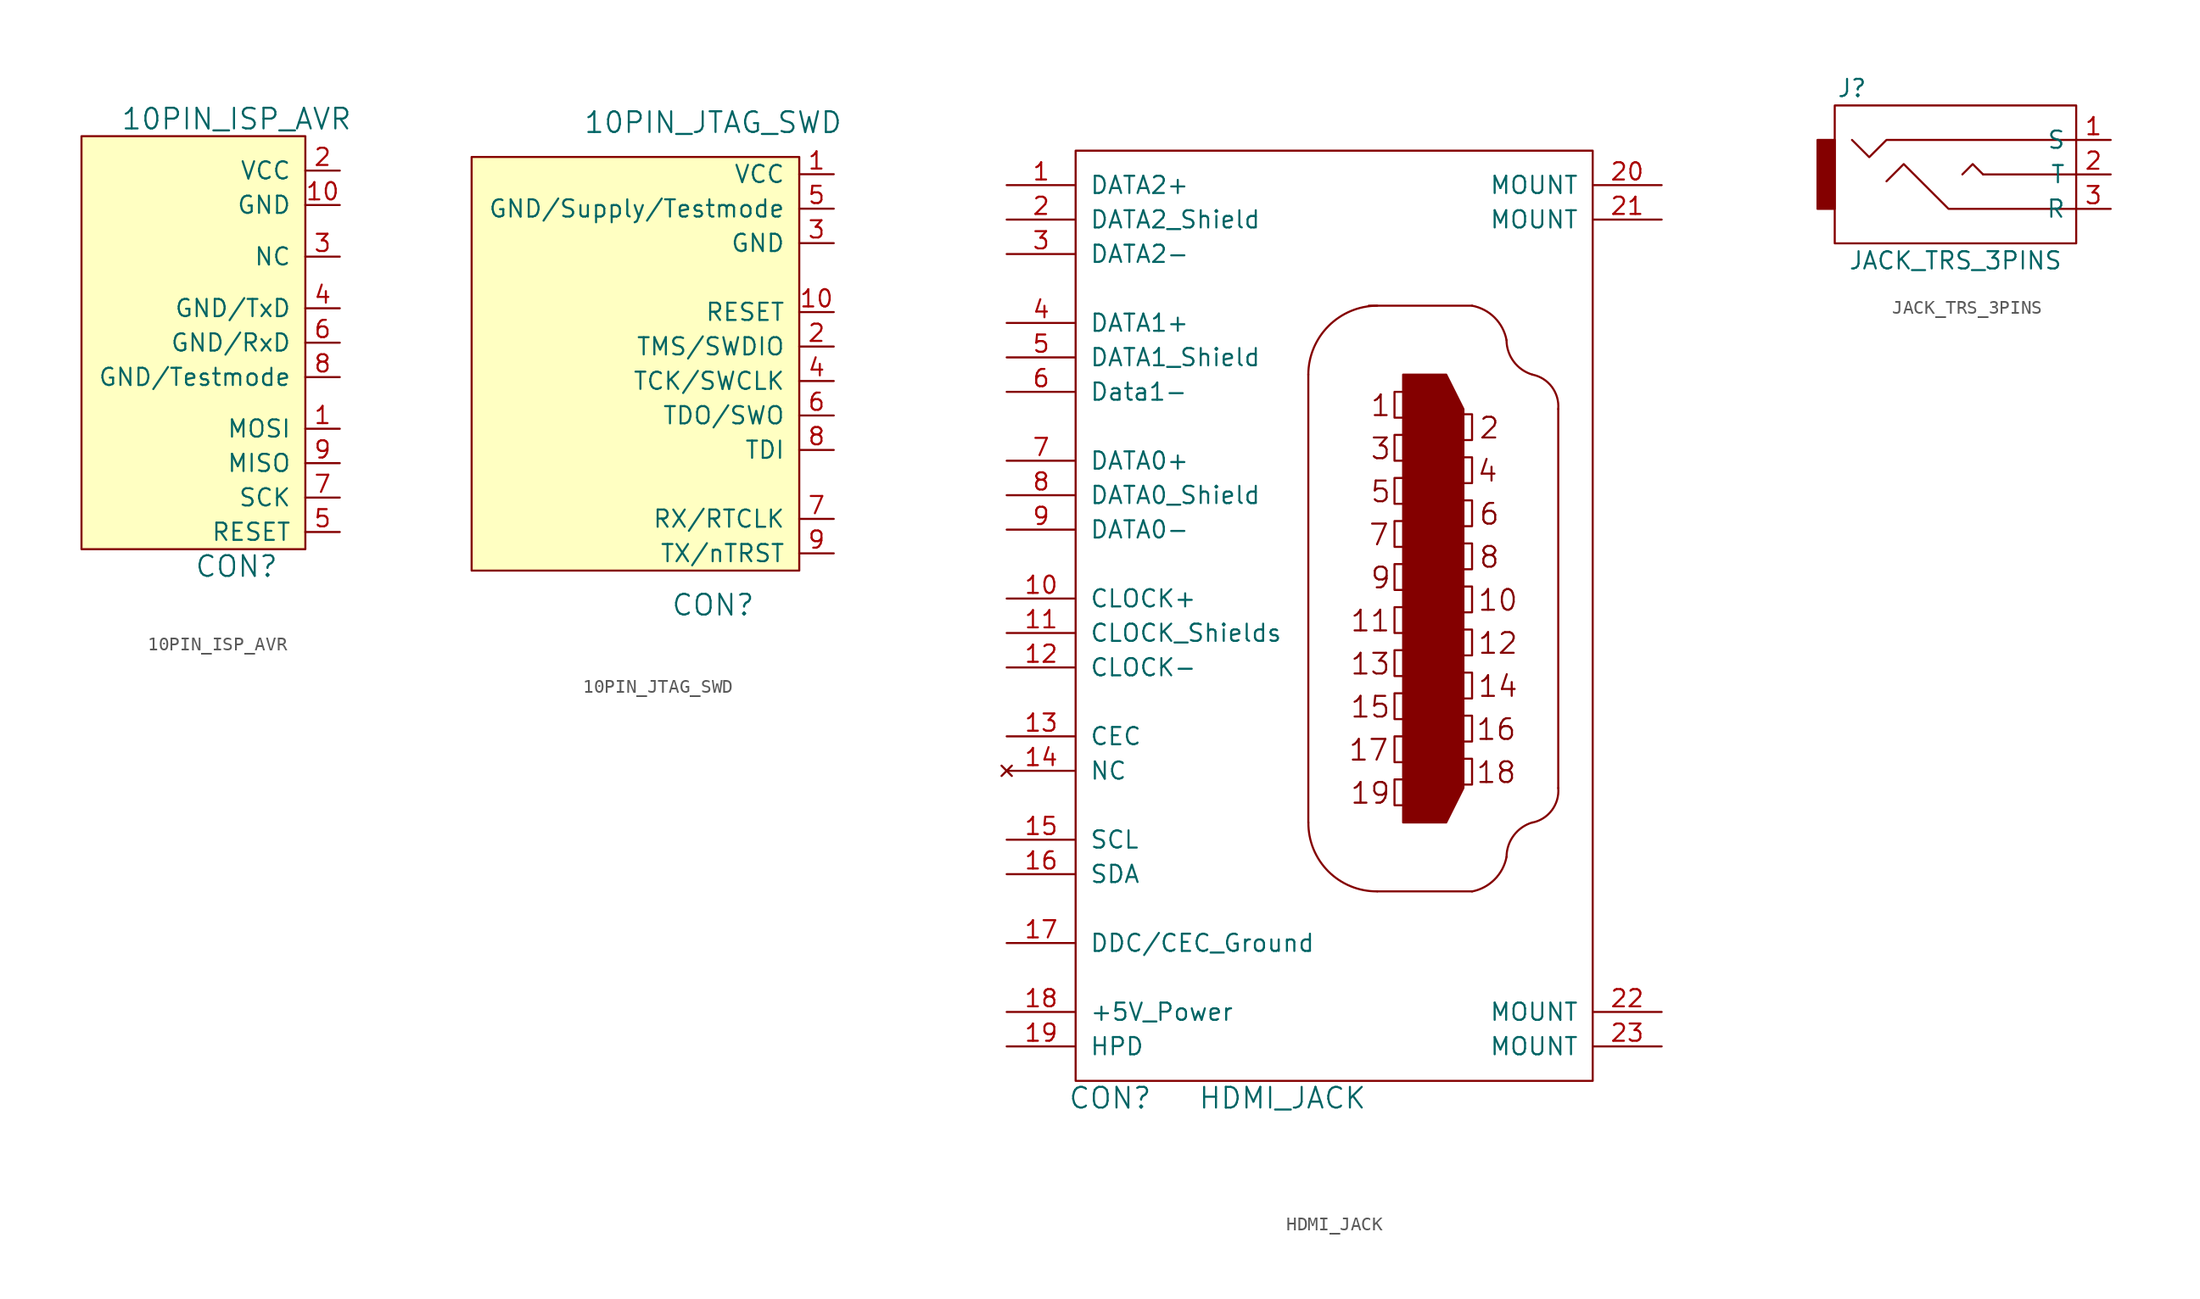
<source format=kicad_sym>
(kicad_symbol_lib
  (version 20211014)
  (generator kicad_symbol_editor)
  (symbol "10PIN_ISP_AVR"
    (pin_names
      (offset 1.016))
    (property "Reference" "CON"
      (at -1.27 -16.51 0)
      (effects (font (size 1.524 1.524))))
    (property "Value" "10PIN_ISP_AVR"
      (at -1.27 16.51 0)
      (effects (font (size 1.524 1.524))))
    (symbol "10PIN_ISP_AVR_0_1"
      (rectangle (start 3.81 15.24) (end -12.7 -15.24) (stroke (width 0) (type default) (color 0 0 0 0)) (fill (type background))))
    (symbol "10PIN_ISP_AVR_1_1"
      (pin output line (at 6.35 -6.35 180) (length 2.54) (name "MOSI" (effects (font (size 1.27 1.27)))) (number "1" (effects (font (size 1.27 1.27)))))
      (pin power_out line (at 6.35 10.16 180) (length 2.54) (name "GND" (effects (font (size 1.27 1.27)))) (number "10" (effects (font (size 1.27 1.27)))))
      (pin power_out line (at 6.35 12.7 180) (length 2.54) (name "VCC" (effects (font (size 1.27 1.27)))) (number "2" (effects (font (size 1.27 1.27)))))
      (pin passive line (at 6.35 6.35 180) (length 2.54) (name "NC" (effects (font (size 1.27 1.27)))) (number "3" (effects (font (size 1.27 1.27)))))
      (pin bidirectional line (at 6.35 2.54 180) (length 2.54) (name "GND/TxD" (effects (font (size 1.27 1.27)))) (number "4" (effects (font (size 1.27 1.27)))))
      (pin output line (at 6.35 -13.97 180) (length 2.54) (name "RESET" (effects (font (size 1.27 1.27)))) (number "5" (effects (font (size 1.27 1.27)))))
      (pin bidirectional line (at 6.35 0 180) (length 2.54) (name "GND/RxD" (effects (font (size 1.27 1.27)))) (number "6" (effects (font (size 1.27 1.27)))))
      (pin output line (at 6.35 -11.43 180) (length 2.54) (name "SCK" (effects (font (size 1.27 1.27)))) (number "7" (effects (font (size 1.27 1.27)))))
      (pin bidirectional line (at 6.35 -2.54 180) (length 2.54) (name "GND/Testmode" (effects (font (size 1.27 1.27)))) (number "8" (effects (font (size 1.27 1.27)))))
      (pin input line (at 6.35 -8.89 180) (length 2.54) (name "MISO" (effects (font (size 1.27 1.27)))) (number "9" (effects (font (size 1.27 1.27)))))))
  (symbol "10PIN_JTAG_SWD"
    (pin_names
      (offset 1.016))
    (property "Reference" "CON"
      (at -2.54 -17.78 0)
      (effects (font (size 1.524 1.524))))
    (property "Value" "10PIN_JTAG_SWD"
      (at -2.54 17.78 0)
      (effects (font (size 1.524 1.524))))
    (symbol "10PIN_JTAG_SWD_0_1"
      (rectangle (start 3.81 15.24) (end -20.32 -15.24) (stroke (width 0) (type default) (color 0 0 0 0)) (fill (type background))))
    (symbol "10PIN_JTAG_SWD_1_1"
      (pin input line (at 6.35 13.97 180) (length 2.54) (name "VCC" (effects (font (size 1.27 1.27)))) (number "1" (effects (font (size 1.27 1.27)))))
      (pin output line (at 6.35 3.81 180) (length 2.54) (name "RESET" (effects (font (size 1.27 1.27)))) (number "10" (effects (font (size 1.27 1.27)))))
      (pin bidirectional line (at 6.35 1.27 180) (length 2.54) (name "TMS/SWDIO" (effects (font (size 1.27 1.27)))) (number "2" (effects (font (size 1.27 1.27)))))
      (pin output line (at 6.35 8.89 180) (length 2.54) (name "GND" (effects (font (size 1.27 1.27)))) (number "3" (effects (font (size 1.27 1.27)))))
      (pin bidirectional line (at 6.35 -1.27 180) (length 2.54) (name "TCK/SWCLK" (effects (font (size 1.27 1.27)))) (number "4" (effects (font (size 1.27 1.27)))))
      (pin output line (at 6.35 11.43 180) (length 2.54) (name "GND/Supply/Testmode" (effects (font (size 1.27 1.27)))) (number "5" (effects (font (size 1.27 1.27)))))
      (pin bidirectional line (at 6.35 -3.81 180) (length 2.54) (name "TDO/SWO" (effects (font (size 1.27 1.27)))) (number "6" (effects (font (size 1.27 1.27)))))
      (pin bidirectional line (at 6.35 -11.43 180) (length 2.54) (name "RX/RTCLK" (effects (font (size 1.27 1.27)))) (number "7" (effects (font (size 1.27 1.27)))))
      (pin bidirectional line (at 6.35 -6.35 180) (length 2.54) (name "TDI" (effects (font (size 1.27 1.27)))) (number "8" (effects (font (size 1.27 1.27)))))
      (pin output line (at 6.35 -13.97 180) (length 2.54) (name "TX/nTRST" (effects (font (size 1.27 1.27)))) (number "9" (effects (font (size 1.27 1.27)))))))
  (symbol "HDMI_JACK"
    (pin_names
      (offset 1.016))
    (property "Reference" "CON"
      (at 2.54 -1.27 0)
      (effects (font (size 1.524 1.524))))
    (property "Value" "HDMI_JACK"
      (at 15.24 -1.27 0)
      (effects (font (size 1.524 1.524))))
    (property "Footprint" ""
      (at 0 0 0)
      (effects (font (size 1.524 1.524))))
    (property "Datasheet" ""
      (at 0 0 0)
      (effects (font (size 1.524 1.524))))
    (symbol "HDMI_JACK_0_0"
      (text "1" (at 22.479 49.784 0) (effects (font (size 1.524 1.524))))
      (text "10" (at 31.115 35.433 0) (effects (font (size 1.524 1.524))))
      (text "11" (at 21.717 33.909 0) (effects (font (size 1.524 1.524))))
      (text "12" (at 31.115 32.258 0) (effects (font (size 1.524 1.524))))
      (text "13" (at 21.717 30.734 0) (effects (font (size 1.524 1.524))))
      (text "14" (at 31.115 29.083 0) (effects (font (size 1.524 1.524))))
      (text "15" (at 21.717 27.559 0) (effects (font (size 1.524 1.524))))
      (text "16" (at 30.988 25.908 0) (effects (font (size 1.524 1.524))))
      (text "17" (at 21.59 24.384 0) (effects (font (size 1.524 1.524))))
      (text "18" (at 30.988 22.733 0) (effects (font (size 1.524 1.524))))
      (text "19" (at 21.717 21.209 0) (effects (font (size 1.524 1.524))))
      (text "2" (at 30.48 48.133 0) (effects (font (size 1.524 1.524))))
      (text "3" (at 22.479 46.609 0) (effects (font (size 1.524 1.524))))
      (text "4" (at 30.353 44.958 0) (effects (font (size 1.524 1.524))))
      (text "5" (at 22.479 43.434 0) (effects (font (size 1.524 1.524))))
      (text "6" (at 30.48 41.783 0) (effects (font (size 1.524 1.524))))
      (text "7" (at 22.352 40.259 0) (effects (font (size 1.524 1.524))))
      (text "8" (at 30.48 38.608 0) (effects (font (size 1.524 1.524))))
      (text "9" (at 22.479 37.084 0) (effects (font (size 1.524 1.524)))))
    (symbol "HDMI_JACK_0_1"
      (polyline (pts (xy 17.145 52.07) (xy 17.145 19.05)) (stroke (width 0) (type default) (color 0 0 0 0)) (fill (type none)))
      (polyline (pts (xy 29.21 13.97) (xy 22.225 13.97)) (stroke (width 0) (type default) (color 0 0 0 0)) (fill (type none)))
      (polyline (pts (xy 29.21 57.15) (xy 21.59 57.15)) (stroke (width 0) (type default) (color 0 0 0 0)) (fill (type none)))
      (polyline (pts (xy 35.56 49.53) (xy 35.56 21.59)) (stroke (width 0) (type default) (color 0 0 0 0)) (fill (type none)))
      (polyline (pts (xy 24.13 52.07) (xy 24.13 19.05) (xy 27.305 19.05) (xy 28.575 21.59) (xy 28.575 49.53) (xy 27.305 52.07) (xy 24.13 52.07)) (stroke (width 0) (type default) (color 0 0 0 0)) (fill (type outline)))
      (rectangle (start 0 68.58) (end 38.1 0) (stroke (width 0) (type default) (color 0 0 0 0)) (fill (type none)))
      (arc (start 17.145 19.05) (mid 18.6178 15.4428) (end 22.225 13.97) (stroke (width 0) (type default) (color 0 0 0 0)) (fill (type none)))
      (arc (start 22.225 57.15) (mid 18.6419 55.6606) (end 17.145 52.07) (stroke (width 0) (type default) (color 0 0 0 0)) (fill (type none)))
      (rectangle (start 23.495 22.225) (end 24.765 20.32) (stroke (width 0) (type default) (color 0 0 0 0)) (fill (type none)))
      (rectangle (start 23.495 25.4) (end 24.765 23.495) (stroke (width 0) (type default) (color 0 0 0 0)) (fill (type none)))
      (rectangle (start 23.495 28.575) (end 24.765 26.67) (stroke (width 0) (type default) (color 0 0 0 0)) (fill (type none)))
      (rectangle (start 23.495 31.75) (end 24.765 29.845) (stroke (width 0) (type default) (color 0 0 0 0)) (fill (type none)))
      (rectangle (start 23.495 34.925) (end 24.765 33.02) (stroke (width 0) (type default) (color 0 0 0 0)) (fill (type none)))
      (rectangle (start 23.495 38.1) (end 24.765 36.195) (stroke (width 0) (type default) (color 0 0 0 0)) (fill (type none)))
      (rectangle (start 23.495 41.275) (end 24.765 39.37) (stroke (width 0) (type default) (color 0 0 0 0)) (fill (type none)))
      (rectangle (start 23.495 44.45) (end 24.765 42.545) (stroke (width 0) (type default) (color 0 0 0 0)) (fill (type none)))
      (rectangle (start 23.495 47.625) (end 24.765 45.72) (stroke (width 0) (type default) (color 0 0 0 0)) (fill (type none)))
      (rectangle (start 23.495 50.8) (end 24.765 48.895) (stroke (width 0) (type default) (color 0 0 0 0)) (fill (type none)))
      (rectangle (start 27.94 23.749) (end 29.21 21.844) (stroke (width 0) (type default) (color 0 0 0 0)) (fill (type none)))
      (rectangle (start 27.94 26.924) (end 29.21 25.019) (stroke (width 0) (type default) (color 0 0 0 0)) (fill (type none)))
      (rectangle (start 27.94 30.099) (end 29.21 28.194) (stroke (width 0) (type default) (color 0 0 0 0)) (fill (type none)))
      (rectangle (start 27.94 33.274) (end 29.21 31.369) (stroke (width 0) (type default) (color 0 0 0 0)) (fill (type none)))
      (rectangle (start 27.94 36.449) (end 29.21 34.544) (stroke (width 0) (type default) (color 0 0 0 0)) (fill (type none)))
      (rectangle (start 27.94 39.624) (end 29.21 37.719) (stroke (width 0) (type default) (color 0 0 0 0)) (fill (type none)))
      (rectangle (start 27.94 42.799) (end 29.21 40.894) (stroke (width 0) (type default) (color 0 0 0 0)) (fill (type none)))
      (rectangle (start 27.94 45.974) (end 29.21 44.069) (stroke (width 0) (type default) (color 0 0 0 0)) (fill (type none)))
      (rectangle (start 27.94 49.149) (end 29.21 47.244) (stroke (width 0) (type default) (color 0 0 0 0)) (fill (type none)))
      (arc (start 29.21 13.97) (mid 30.8688 14.8512) (end 31.75 16.51) (stroke (width 0) (type default) (color 0 0 0 0)) (fill (type none)))
      (arc (start 31.75 54.61) (mid 30.8716 56.2759) (end 29.21 57.15) (stroke (width 0) (type default) (color 0 0 0 0)) (fill (type none)))
      (arc (start 31.75 54.61) (mid 32.2847 53.0248) (end 33.655 52.07) (stroke (width 0) (type default) (color 0 0 0 0)) (fill (type none)))
      (arc (start 33.655 19.05) (mid 32.2797 18.0952) (end 31.75 16.51) (stroke (width 0) (type default) (color 0 0 0 0)) (fill (type none)))
      (arc (start 33.655 19.05) (mid 35.0884 19.9552) (end 35.56 21.59) (stroke (width 0) (type default) (color 0 0 0 0)) (fill (type none)))
      (arc (start 35.56 49.53) (mid 35.0928 51.1664) (end 33.655 52.07) (stroke (width 0) (type default) (color 0 0 0 0)) (fill (type none))))
    (symbol "HDMI_JACK_1_1"
      (pin bidirectional line (at -5.08 66.04 0) (length 5.08) (name "DATA2+" (effects (font (size 1.27 1.27)))) (number "1" (effects (font (size 1.27 1.27)))))
      (pin bidirectional line (at -5.08 35.56 0) (length 5.08) (name "CLOCK+" (effects (font (size 1.27 1.27)))) (number "10" (effects (font (size 1.27 1.27)))))
      (pin power_in line (at -5.08 33.02 0) (length 5.08) (name "CLOCK_Shields" (effects (font (size 1.27 1.27)))) (number "11" (effects (font (size 1.27 1.27)))))
      (pin power_out line (at -5.08 30.48 0) (length 5.08) (name "CLOCK-" (effects (font (size 1.27 1.27)))) (number "12" (effects (font (size 1.27 1.27)))))
      (pin power_out line (at -5.08 25.4 0) (length 5.08) (name "CEC" (effects (font (size 1.27 1.27)))) (number "13" (effects (font (size 1.27 1.27)))))
      (pin no_connect line (at -5.08 22.86 0) (length 5.08) (name "NC" (effects (font (size 1.27 1.27)))) (number "14" (effects (font (size 1.27 1.27)))))
      (pin bidirectional line (at -5.08 17.78 0) (length 5.08) (name "SCL" (effects (font (size 1.27 1.27)))) (number "15" (effects (font (size 1.27 1.27)))))
      (pin bidirectional line (at -5.08 15.24 0) (length 5.08) (name "SDA" (effects (font (size 1.27 1.27)))) (number "16" (effects (font (size 1.27 1.27)))))
      (pin power_in line (at -5.08 10.16 0) (length 5.08) (name "DDC/CEC_Ground" (effects (font (size 1.27 1.27)))) (number "17" (effects (font (size 1.27 1.27)))))
      (pin power_in line (at -5.08 5.08 0) (length 5.08) (name "+5V_Power" (effects (font (size 1.27 1.27)))) (number "18" (effects (font (size 1.27 1.27)))))
      (pin bidirectional line (at -5.08 2.54 0) (length 5.08) (name "HPD" (effects (font (size 1.27 1.27)))) (number "19" (effects (font (size 1.27 1.27)))))
      (pin power_in line (at -5.08 63.5 0) (length 5.08) (name "DATA2_Shield" (effects (font (size 1.27 1.27)))) (number "2" (effects (font (size 1.27 1.27)))))
      (pin power_in line (at 43.18 66.04 180) (length 5.08) (name "MOUNT" (effects (font (size 1.27 1.27)))) (number "20" (effects (font (size 1.27 1.27)))))
      (pin power_in line (at 43.18 63.5 180) (length 5.08) (name "MOUNT" (effects (font (size 1.27 1.27)))) (number "21" (effects (font (size 1.27 1.27)))))
      (pin power_in line (at 43.18 5.08 180) (length 5.08) (name "MOUNT" (effects (font (size 1.27 1.27)))) (number "22" (effects (font (size 1.27 1.27)))))
      (pin power_in line (at 43.18 2.54 180) (length 5.08) (name "MOUNT" (effects (font (size 1.27 1.27)))) (number "23" (effects (font (size 1.27 1.27)))))
      (pin bidirectional line (at -5.08 60.96 0) (length 5.08) (name "DATA2-" (effects (font (size 1.27 1.27)))) (number "3" (effects (font (size 1.27 1.27)))))
      (pin bidirectional line (at -5.08 55.88 0) (length 5.08) (name "DATA1+" (effects (font (size 1.27 1.27)))) (number "4" (effects (font (size 1.27 1.27)))))
      (pin power_in line (at -5.08 53.34 0) (length 5.08) (name "DATA1_Shield" (effects (font (size 1.27 1.27)))) (number "5" (effects (font (size 1.27 1.27)))))
      (pin bidirectional line (at -5.08 50.8 0) (length 5.08) (name "Data1-" (effects (font (size 1.27 1.27)))) (number "6" (effects (font (size 1.27 1.27)))))
      (pin bidirectional line (at -5.08 45.72 0) (length 5.08) (name "DATA0+" (effects (font (size 1.27 1.27)))) (number "7" (effects (font (size 1.27 1.27)))))
      (pin power_in line (at -5.08 43.18 0) (length 5.08) (name "DATA0_Shield" (effects (font (size 1.27 1.27)))) (number "8" (effects (font (size 1.27 1.27)))))
      (pin bidirectional line (at -5.08 40.64 0) (length 5.08) (name "DATA0-" (effects (font (size 1.27 1.27)))) (number "9" (effects (font (size 1.27 1.27)))))))
  (symbol "JACK_TRS_3PINS"
    (pin_names
      (offset 0.762))
    (property "Reference" "J"
      (at -8.89 7.62 0)
      (effects (font (size 1.27 1.27))))
    (property "Value" "JACK_TRS_3PINS"
      (at -1.27 -5.08 0)
      (effects (font (size 1.27 1.27))))
    (property "Footprint" ""
      (at 2.54 -3.81 0)
      (effects (font (size 1.27 1.27))))
    (property "Datasheet" ""
      (at 2.54 -3.81 0)
      (effects (font (size 1.27 1.27))))
    (symbol "JACK_TRS_3PINS_0_0"
      (polyline (pts (xy -8.89 3.81) (xy -7.62 2.54) (xy -6.35 3.81) (xy 7.62 3.81)) (stroke (width 0) (type default) (color 0 0 0 0)) (fill (type none)))
      (polyline (pts (xy -6.35 0.762) (xy -5.08 2.032) (xy -1.778 -1.27) (xy 7.62 -1.27)) (stroke (width 0) (type default) (color 0 0 0 0)) (fill (type none))))
    (symbol "JACK_TRS_3PINS_0_1"
      (rectangle (start -11.43 3.81) (end -10.16 -1.27) (stroke (width 0) (type default) (color 0 0 0 0)) (fill (type outline)))
      (polyline (pts (xy 0.762 1.27) (xy 7.62 1.27)) (stroke (width 0) (type default) (color 0 0 0 0)) (fill (type none)))
      (polyline (pts (xy 0.762 1.27) (xy 0 2.032) (xy -0.762 1.27)) (stroke (width 0) (type default) (color 0 0 0 0)) (fill (type none)))
      (rectangle (start 7.62 -3.81) (end -10.16 6.35) (stroke (width 0) (type default) (color 0 0 0 0)) (fill (type none))))
    (symbol "JACK_TRS_3PINS_1_1"
      (pin passive line (at 10.16 3.81 180) (length 2.54) (name "S" (effects (font (size 1.27 1.27)))) (number "1" (effects (font (size 1.27 1.27)))))
      (pin passive line (at 10.16 1.27 180) (length 2.54) (name "T" (effects (font (size 1.27 1.27)))) (number "2" (effects (font (size 1.27 1.27)))))
      (pin passive line (at 10.16 -1.27 180) (length 2.54) (name "R" (effects (font (size 1.27 1.27)))) (number "3" (effects (font (size 1.27 1.27))))))))
</source>
